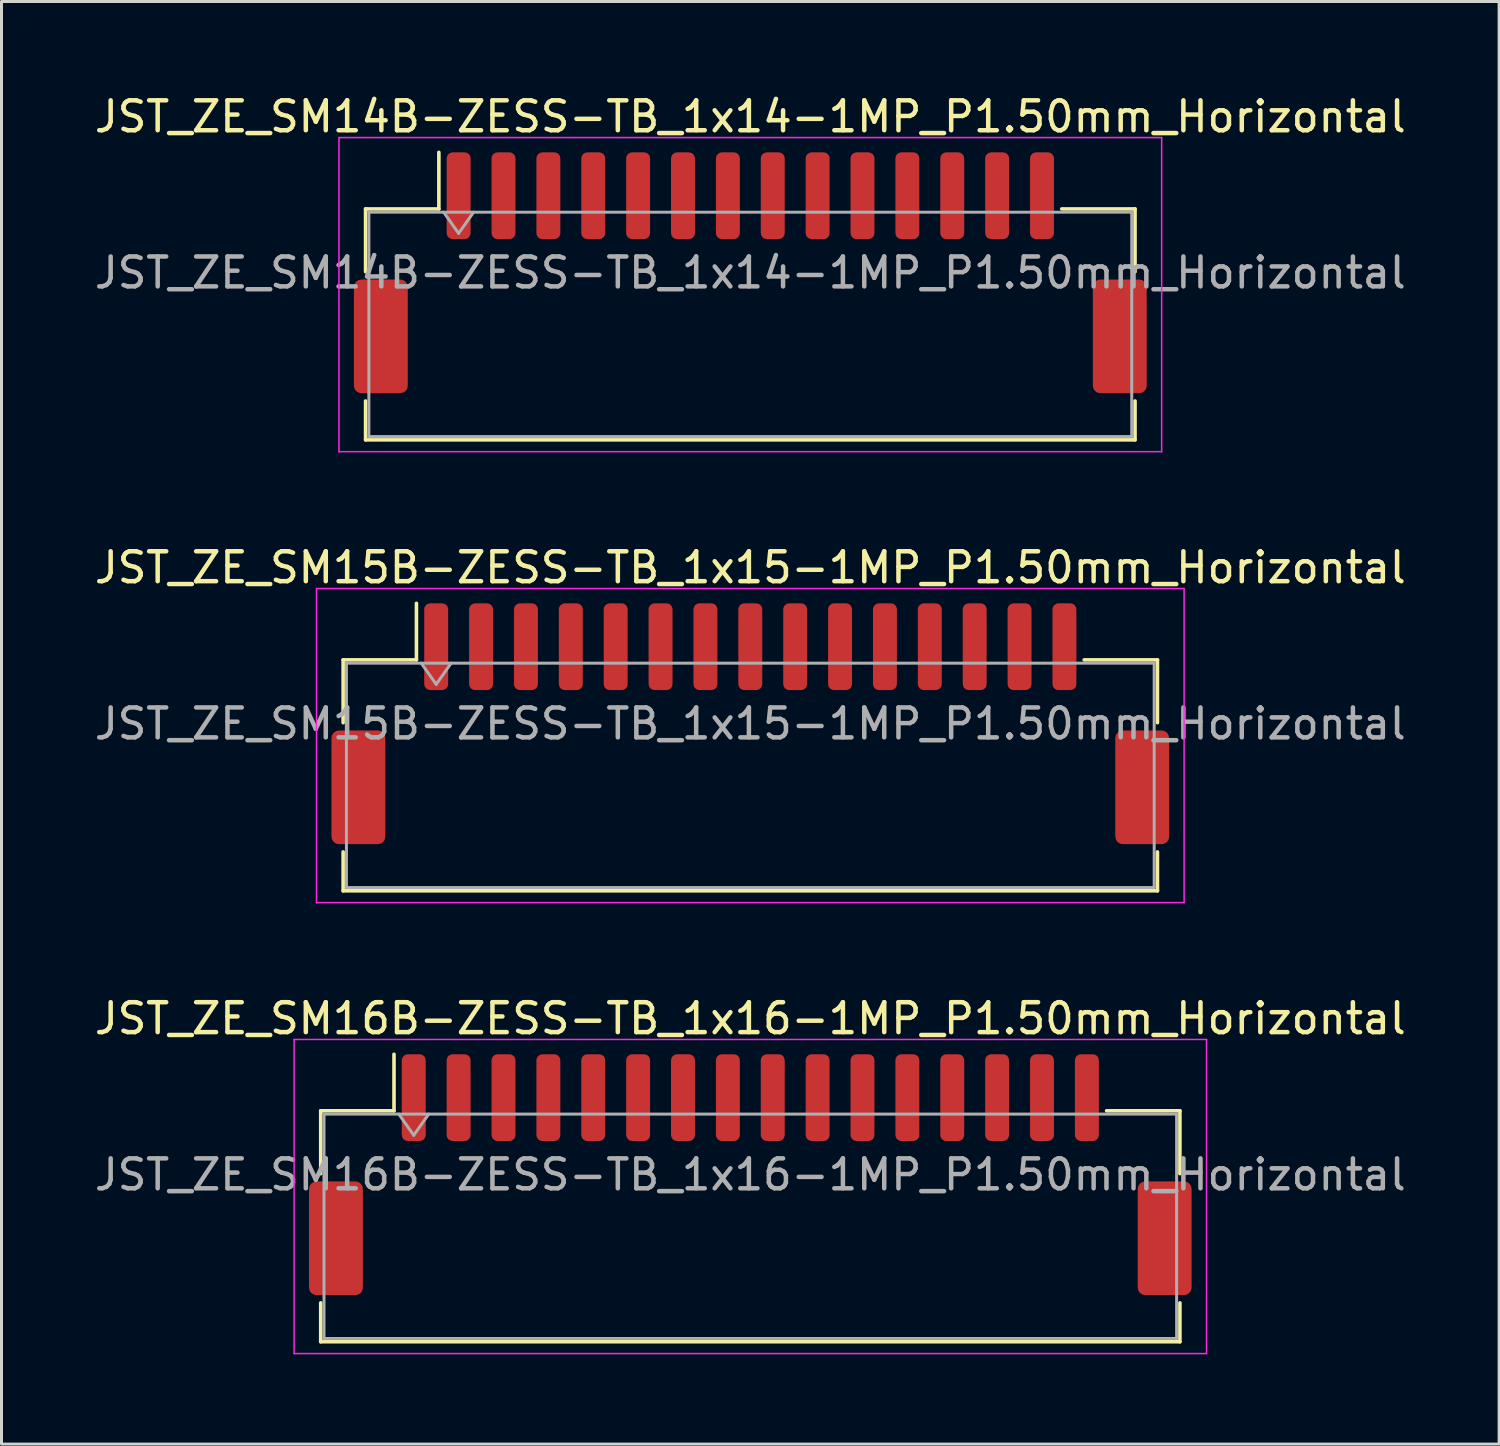
<source format=kicad_pcb>
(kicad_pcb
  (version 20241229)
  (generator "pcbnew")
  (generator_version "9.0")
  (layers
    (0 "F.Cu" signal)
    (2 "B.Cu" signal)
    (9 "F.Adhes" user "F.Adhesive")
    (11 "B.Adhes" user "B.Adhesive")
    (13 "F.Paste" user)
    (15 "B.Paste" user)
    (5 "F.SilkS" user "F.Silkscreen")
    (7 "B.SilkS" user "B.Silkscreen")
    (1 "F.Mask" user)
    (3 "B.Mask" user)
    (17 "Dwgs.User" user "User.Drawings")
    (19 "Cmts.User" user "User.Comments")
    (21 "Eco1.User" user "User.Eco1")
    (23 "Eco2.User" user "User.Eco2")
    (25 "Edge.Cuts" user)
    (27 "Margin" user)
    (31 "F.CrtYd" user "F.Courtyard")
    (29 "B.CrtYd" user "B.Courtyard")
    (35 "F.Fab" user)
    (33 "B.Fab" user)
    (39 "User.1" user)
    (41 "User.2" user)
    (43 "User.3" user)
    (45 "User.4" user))
  (footprint "JST_ZE_SM14B-ZESS-TB_1x14-1MP_P1.50mm_Horizontal"
    (layer "F.Cu")
    (at 22.03 6.068)
    (property "Reference" "JST_ZE_SM14B-ZESS-TB_1x14-1MP_P1.50mm_Horizontal" (at 0 -5.22 0) (layer "F.SilkS") (effects (font (size 1 1) (thickness 0.15))))
    (attr smd)
    (fp_line (start -12.86 -2.135) (end -10.41 -2.135) (stroke (width 0.12) (type solid)) (layer "F.SilkS"))
    (fp_line (start -12.86 -0.035) (end -12.86 -2.135) (stroke (width 0.12) (type solid)) (layer "F.SilkS"))
    (fp_line (start -12.86 4.285) (end -12.86 5.585) (stroke (width 0.12) (type solid)) (layer "F.SilkS"))
    (fp_line (start -12.86 5.585) (end 12.86 5.585) (stroke (width 0.12) (type solid)) (layer "F.SilkS"))
    (fp_line (start -10.41 -2.135) (end -10.41 -4.025) (stroke (width 0.12) (type solid)) (layer "F.SilkS"))
    (fp_line (start 12.86 -2.135) (end 10.41 -2.135) (stroke (width 0.12) (type solid)) (layer "F.SilkS"))
    (fp_line (start 12.86 -0.035) (end 12.86 -2.135) (stroke (width 0.12) (type solid)) (layer "F.SilkS"))
    (fp_line (start 12.86 5.585) (end 12.86 4.285) (stroke (width 0.12) (type solid)) (layer "F.SilkS"))
    (fp_line (start -13.75 -4.52) (end -13.75 5.98) (stroke (width 0.05) (type solid)) (layer "F.CrtYd"))
    (fp_line (start -13.75 5.98) (end 13.75 5.98) (stroke (width 0.05) (type solid)) (layer "F.CrtYd"))
    (fp_line (start 13.75 -4.52) (end -13.75 -4.52) (stroke (width 0.05) (type solid)) (layer "F.CrtYd"))
    (fp_line (start 13.75 5.98) (end 13.75 -4.52) (stroke (width 0.05) (type solid)) (layer "F.CrtYd"))
    (fp_line (start -12.75 -2.025) (end -12.75 5.475) (stroke (width 0.1) (type solid)) (layer "F.Fab"))
    (fp_line (start -12.75 -2.025) (end 12.75 -2.025) (stroke (width 0.1) (type solid)) (layer "F.Fab"))
    (fp_line (start -12.75 5.475) (end 12.75 5.475) (stroke (width 0.1) (type solid)) (layer "F.Fab"))
    (fp_line (start -10.25 -2.025) (end -9.75 -1.318) (stroke (width 0.1) (type solid)) (layer "F.Fab"))
    (fp_line (start -9.75 -1.318) (end -9.25 -2.025) (stroke (width 0.1) (type solid)) (layer "F.Fab"))
    (fp_line (start 12.75 -2.025) (end 12.75 5.475) (stroke (width 0.1) (type solid)) (layer "F.Fab"))
    (fp_text user "${REFERENCE}" (at 0 0 0) (layer "F.Fab") (effects (font (size 1 1) (thickness 0.15))))
    (pad "1" smd roundrect (at -9.75 -2.575) (size 0.8 2.9) (layers "F.Cu" "F.Mask" "F.Paste") (roundrect_rratio 0.25))
    (pad "2" smd roundrect (at -8.25 -2.575) (size 0.8 2.9) (layers "F.Cu" "F.Mask" "F.Paste") (roundrect_rratio 0.25))
    (pad "3" smd roundrect (at -6.75 -2.575) (size 0.8 2.9) (layers "F.Cu" "F.Mask" "F.Paste") (roundrect_rratio 0.25))
    (pad "4" smd roundrect (at -5.25 -2.575) (size 0.8 2.9) (layers "F.Cu" "F.Mask" "F.Paste") (roundrect_rratio 0.25))
    (pad "5" smd roundrect (at -3.75 -2.575) (size 0.8 2.9) (layers "F.Cu" "F.Mask" "F.Paste") (roundrect_rratio 0.25))
    (pad "6" smd roundrect (at -2.25 -2.575) (size 0.8 2.9) (layers "F.Cu" "F.Mask" "F.Paste") (roundrect_rratio 0.25))
    (pad "7" smd roundrect (at -0.75 -2.575) (size 0.8 2.9) (layers "F.Cu" "F.Mask" "F.Paste") (roundrect_rratio 0.25))
    (pad "8" smd roundrect (at 0.75 -2.575) (size 0.8 2.9) (layers "F.Cu" "F.Mask" "F.Paste") (roundrect_rratio 0.25))
    (pad "9" smd roundrect (at 2.25 -2.575) (size 0.8 2.9) (layers "F.Cu" "F.Mask" "F.Paste") (roundrect_rratio 0.25))
    (pad "10" smd roundrect (at 3.75 -2.575) (size 0.8 2.9) (layers "F.Cu" "F.Mask" "F.Paste") (roundrect_rratio 0.25))
    (pad "11" smd roundrect (at 5.25 -2.575) (size 0.8 2.9) (layers "F.Cu" "F.Mask" "F.Paste") (roundrect_rratio 0.25))
    (pad "12" smd roundrect (at 6.75 -2.575) (size 0.8 2.9) (layers "F.Cu" "F.Mask" "F.Paste") (roundrect_rratio 0.25))
    (pad "13" smd roundrect (at 8.25 -2.575) (size 0.8 2.9) (layers "F.Cu" "F.Mask" "F.Paste") (roundrect_rratio 0.25))
    (pad "14" smd roundrect (at 9.75 -2.575) (size 0.8 2.9) (layers "F.Cu" "F.Mask" "F.Paste") (roundrect_rratio 0.25))
    (pad "MP" smd roundrect (at -12.35 2.125) (size 1.8 3.8) (layers "F.Cu" "F.Mask" "F.Paste") (roundrect_rratio 0.139))
    (pad "MP" smd roundrect (at 12.35 2.125) (size 1.8 3.8) (layers "F.Cu" "F.Mask" "F.Paste") (roundrect_rratio 0.139)))
  (footprint "JST_ZE_SM15B-ZESS-TB_1x15-1MP_P1.50mm_Horizontal"
    (layer "F.Cu")
    (at 22.03 21.142)
    (property "Reference" "JST_ZE_SM15B-ZESS-TB_1x15-1MP_P1.50mm_Horizontal" (at 0 -5.22 0) (layer "F.SilkS") (effects (font (size 1 1) (thickness 0.15))))
    (attr smd)
    (fp_line (start -13.61 -2.135) (end -11.16 -2.135) (stroke (width 0.12) (type solid)) (layer "F.SilkS"))
    (fp_line (start -13.61 -0.035) (end -13.61 -2.135) (stroke (width 0.12) (type solid)) (layer "F.SilkS"))
    (fp_line (start -13.61 4.285) (end -13.61 5.585) (stroke (width 0.12) (type solid)) (layer "F.SilkS"))
    (fp_line (start -13.61 5.585) (end 13.61 5.585) (stroke (width 0.12) (type solid)) (layer "F.SilkS"))
    (fp_line (start -11.16 -2.135) (end -11.16 -4.025) (stroke (width 0.12) (type solid)) (layer "F.SilkS"))
    (fp_line (start 13.61 -2.135) (end 11.16 -2.135) (stroke (width 0.12) (type solid)) (layer "F.SilkS"))
    (fp_line (start 13.61 -0.035) (end 13.61 -2.135) (stroke (width 0.12) (type solid)) (layer "F.SilkS"))
    (fp_line (start 13.61 5.585) (end 13.61 4.285) (stroke (width 0.12) (type solid)) (layer "F.SilkS"))
    (fp_line (start -14.5 -4.52) (end -14.5 5.98) (stroke (width 0.05) (type solid)) (layer "F.CrtYd"))
    (fp_line (start -14.5 5.98) (end 14.5 5.98) (stroke (width 0.05) (type solid)) (layer "F.CrtYd"))
    (fp_line (start 14.5 -4.52) (end -14.5 -4.52) (stroke (width 0.05) (type solid)) (layer "F.CrtYd"))
    (fp_line (start 14.5 5.98) (end 14.5 -4.52) (stroke (width 0.05) (type solid)) (layer "F.CrtYd"))
    (fp_line (start -13.5 -2.025) (end -13.5 5.475) (stroke (width 0.1) (type solid)) (layer "F.Fab"))
    (fp_line (start -13.5 -2.025) (end 13.5 -2.025) (stroke (width 0.1) (type solid)) (layer "F.Fab"))
    (fp_line (start -13.5 5.475) (end 13.5 5.475) (stroke (width 0.1) (type solid)) (layer "F.Fab"))
    (fp_line (start -11 -2.025) (end -10.5 -1.318) (stroke (width 0.1) (type solid)) (layer "F.Fab"))
    (fp_line (start -10.5 -1.318) (end -10 -2.025) (stroke (width 0.1) (type solid)) (layer "F.Fab"))
    (fp_line (start 13.5 -2.025) (end 13.5 5.475) (stroke (width 0.1) (type solid)) (layer "F.Fab"))
    (fp_text user "${REFERENCE}" (at 0 0 0) (layer "F.Fab") (effects (font (size 1 1) (thickness 0.15))))
    (pad "1" smd roundrect (at -10.5 -2.575) (size 0.8 2.9) (layers "F.Cu" "F.Mask" "F.Paste") (roundrect_rratio 0.25))
    (pad "2" smd roundrect (at -9 -2.575) (size 0.8 2.9) (layers "F.Cu" "F.Mask" "F.Paste") (roundrect_rratio 0.25))
    (pad "3" smd roundrect (at -7.5 -2.575) (size 0.8 2.9) (layers "F.Cu" "F.Mask" "F.Paste") (roundrect_rratio 0.25))
    (pad "4" smd roundrect (at -6 -2.575) (size 0.8 2.9) (layers "F.Cu" "F.Mask" "F.Paste") (roundrect_rratio 0.25))
    (pad "5" smd roundrect (at -4.5 -2.575) (size 0.8 2.9) (layers "F.Cu" "F.Mask" "F.Paste") (roundrect_rratio 0.25))
    (pad "6" smd roundrect (at -3 -2.575) (size 0.8 2.9) (layers "F.Cu" "F.Mask" "F.Paste") (roundrect_rratio 0.25))
    (pad "7" smd roundrect (at -1.5 -2.575) (size 0.8 2.9) (layers "F.Cu" "F.Mask" "F.Paste") (roundrect_rratio 0.25))
    (pad "8" smd roundrect (at 0 -2.575) (size 0.8 2.9) (layers "F.Cu" "F.Mask" "F.Paste") (roundrect_rratio 0.25))
    (pad "9" smd roundrect (at 1.5 -2.575) (size 0.8 2.9) (layers "F.Cu" "F.Mask" "F.Paste") (roundrect_rratio 0.25))
    (pad "10" smd roundrect (at 3 -2.575) (size 0.8 2.9) (layers "F.Cu" "F.Mask" "F.Paste") (roundrect_rratio 0.25))
    (pad "11" smd roundrect (at 4.5 -2.575) (size 0.8 2.9) (layers "F.Cu" "F.Mask" "F.Paste") (roundrect_rratio 0.25))
    (pad "12" smd roundrect (at 6 -2.575) (size 0.8 2.9) (layers "F.Cu" "F.Mask" "F.Paste") (roundrect_rratio 0.25))
    (pad "13" smd roundrect (at 7.5 -2.575) (size 0.8 2.9) (layers "F.Cu" "F.Mask" "F.Paste") (roundrect_rratio 0.25))
    (pad "14" smd roundrect (at 9 -2.575) (size 0.8 2.9) (layers "F.Cu" "F.Mask" "F.Paste") (roundrect_rratio 0.25))
    (pad "15" smd roundrect (at 10.5 -2.575) (size 0.8 2.9) (layers "F.Cu" "F.Mask" "F.Paste") (roundrect_rratio 0.25))
    (pad "MP" smd roundrect (at -13.1 2.125) (size 1.8 3.8) (layers "F.Cu" "F.Mask" "F.Paste") (roundrect_rratio 0.139))
    (pad "MP" smd roundrect (at 13.1 2.125) (size 1.8 3.8) (layers "F.Cu" "F.Mask" "F.Paste") (roundrect_rratio 0.139)))
  (footprint "JST_ZE_SM16B-ZESS-TB_1x16-1MP_P1.50mm_Horizontal"
    (layer "F.Cu")
    (at 22.03 36.215)
    (property "Reference" "JST_ZE_SM16B-ZESS-TB_1x16-1MP_P1.50mm_Horizontal" (at 0 -5.22 0) (layer "F.SilkS") (effects (font (size 1 1) (thickness 0.15))))
    (attr smd)
    (fp_line (start -14.36 -2.135) (end -11.91 -2.135) (stroke (width 0.12) (type solid)) (layer "F.SilkS"))
    (fp_line (start -14.36 -0.035) (end -14.36 -2.135) (stroke (width 0.12) (type solid)) (layer "F.SilkS"))
    (fp_line (start -14.36 4.285) (end -14.36 5.585) (stroke (width 0.12) (type solid)) (layer "F.SilkS"))
    (fp_line (start -14.36 5.585) (end 14.36 5.585) (stroke (width 0.12) (type solid)) (layer "F.SilkS"))
    (fp_line (start -11.91 -2.135) (end -11.91 -4.025) (stroke (width 0.12) (type solid)) (layer "F.SilkS"))
    (fp_line (start 14.36 -2.135) (end 11.91 -2.135) (stroke (width 0.12) (type solid)) (layer "F.SilkS"))
    (fp_line (start 14.36 -0.035) (end 14.36 -2.135) (stroke (width 0.12) (type solid)) (layer "F.SilkS"))
    (fp_line (start 14.36 5.585) (end 14.36 4.285) (stroke (width 0.12) (type solid)) (layer "F.SilkS"))
    (fp_line (start -15.25 -4.52) (end -15.25 5.98) (stroke (width 0.05) (type solid)) (layer "F.CrtYd"))
    (fp_line (start -15.25 5.98) (end 15.25 5.98) (stroke (width 0.05) (type solid)) (layer "F.CrtYd"))
    (fp_line (start 15.25 -4.52) (end -15.25 -4.52) (stroke (width 0.05) (type solid)) (layer "F.CrtYd"))
    (fp_line (start 15.25 5.98) (end 15.25 -4.52) (stroke (width 0.05) (type solid)) (layer "F.CrtYd"))
    (fp_line (start -14.25 -2.025) (end -14.25 5.475) (stroke (width 0.1) (type solid)) (layer "F.Fab"))
    (fp_line (start -14.25 -2.025) (end 14.25 -2.025) (stroke (width 0.1) (type solid)) (layer "F.Fab"))
    (fp_line (start -14.25 5.475) (end 14.25 5.475) (stroke (width 0.1) (type solid)) (layer "F.Fab"))
    (fp_line (start -11.75 -2.025) (end -11.25 -1.318) (stroke (width 0.1) (type solid)) (layer "F.Fab"))
    (fp_line (start -11.25 -1.318) (end -10.75 -2.025) (stroke (width 0.1) (type solid)) (layer "F.Fab"))
    (fp_line (start 14.25 -2.025) (end 14.25 5.475) (stroke (width 0.1) (type solid)) (layer "F.Fab"))
    (fp_text user "${REFERENCE}" (at 0 0 0) (layer "F.Fab") (effects (font (size 1 1) (thickness 0.15))))
    (pad "1" smd roundrect (at -11.25 -2.575) (size 0.8 2.9) (layers "F.Cu" "F.Mask" "F.Paste") (roundrect_rratio 0.25))
    (pad "2" smd roundrect (at -9.75 -2.575) (size 0.8 2.9) (layers "F.Cu" "F.Mask" "F.Paste") (roundrect_rratio 0.25))
    (pad "3" smd roundrect (at -8.25 -2.575) (size 0.8 2.9) (layers "F.Cu" "F.Mask" "F.Paste") (roundrect_rratio 0.25))
    (pad "4" smd roundrect (at -6.75 -2.575) (size 0.8 2.9) (layers "F.Cu" "F.Mask" "F.Paste") (roundrect_rratio 0.25))
    (pad "5" smd roundrect (at -5.25 -2.575) (size 0.8 2.9) (layers "F.Cu" "F.Mask" "F.Paste") (roundrect_rratio 0.25))
    (pad "6" smd roundrect (at -3.75 -2.575) (size 0.8 2.9) (layers "F.Cu" "F.Mask" "F.Paste") (roundrect_rratio 0.25))
    (pad "7" smd roundrect (at -2.25 -2.575) (size 0.8 2.9) (layers "F.Cu" "F.Mask" "F.Paste") (roundrect_rratio 0.25))
    (pad "8" smd roundrect (at -0.75 -2.575) (size 0.8 2.9) (layers "F.Cu" "F.Mask" "F.Paste") (roundrect_rratio 0.25))
    (pad "9" smd roundrect (at 0.75 -2.575) (size 0.8 2.9) (layers "F.Cu" "F.Mask" "F.Paste") (roundrect_rratio 0.25))
    (pad "10" smd roundrect (at 2.25 -2.575) (size 0.8 2.9) (layers "F.Cu" "F.Mask" "F.Paste") (roundrect_rratio 0.25))
    (pad "11" smd roundrect (at 3.75 -2.575) (size 0.8 2.9) (layers "F.Cu" "F.Mask" "F.Paste") (roundrect_rratio 0.25))
    (pad "12" smd roundrect (at 5.25 -2.575) (size 0.8 2.9) (layers "F.Cu" "F.Mask" "F.Paste") (roundrect_rratio 0.25))
    (pad "13" smd roundrect (at 6.75 -2.575) (size 0.8 2.9) (layers "F.Cu" "F.Mask" "F.Paste") (roundrect_rratio 0.25))
    (pad "14" smd roundrect (at 8.25 -2.575) (size 0.8 2.9) (layers "F.Cu" "F.Mask" "F.Paste") (roundrect_rratio 0.25))
    (pad "15" smd roundrect (at 9.75 -2.575) (size 0.8 2.9) (layers "F.Cu" "F.Mask" "F.Paste") (roundrect_rratio 0.25))
    (pad "16" smd roundrect (at 11.25 -2.575) (size 0.8 2.9) (layers "F.Cu" "F.Mask" "F.Paste") (roundrect_rratio 0.25))
    (pad "MP" smd roundrect (at -13.85 2.125) (size 1.8 3.8) (layers "F.Cu" "F.Mask" "F.Paste") (roundrect_rratio 0.139))
    (pad "MP" smd roundrect (at 13.85 2.125) (size 1.8 3.8) (layers "F.Cu" "F.Mask" "F.Paste") (roundrect_rratio 0.139)))
  (gr_rect
    (start -3 -3)
    (end 47.06 45.22)
    (stroke (width 0.1) (type default))
    (fill no)
    (layer "Edge.Cuts")))
</source>
